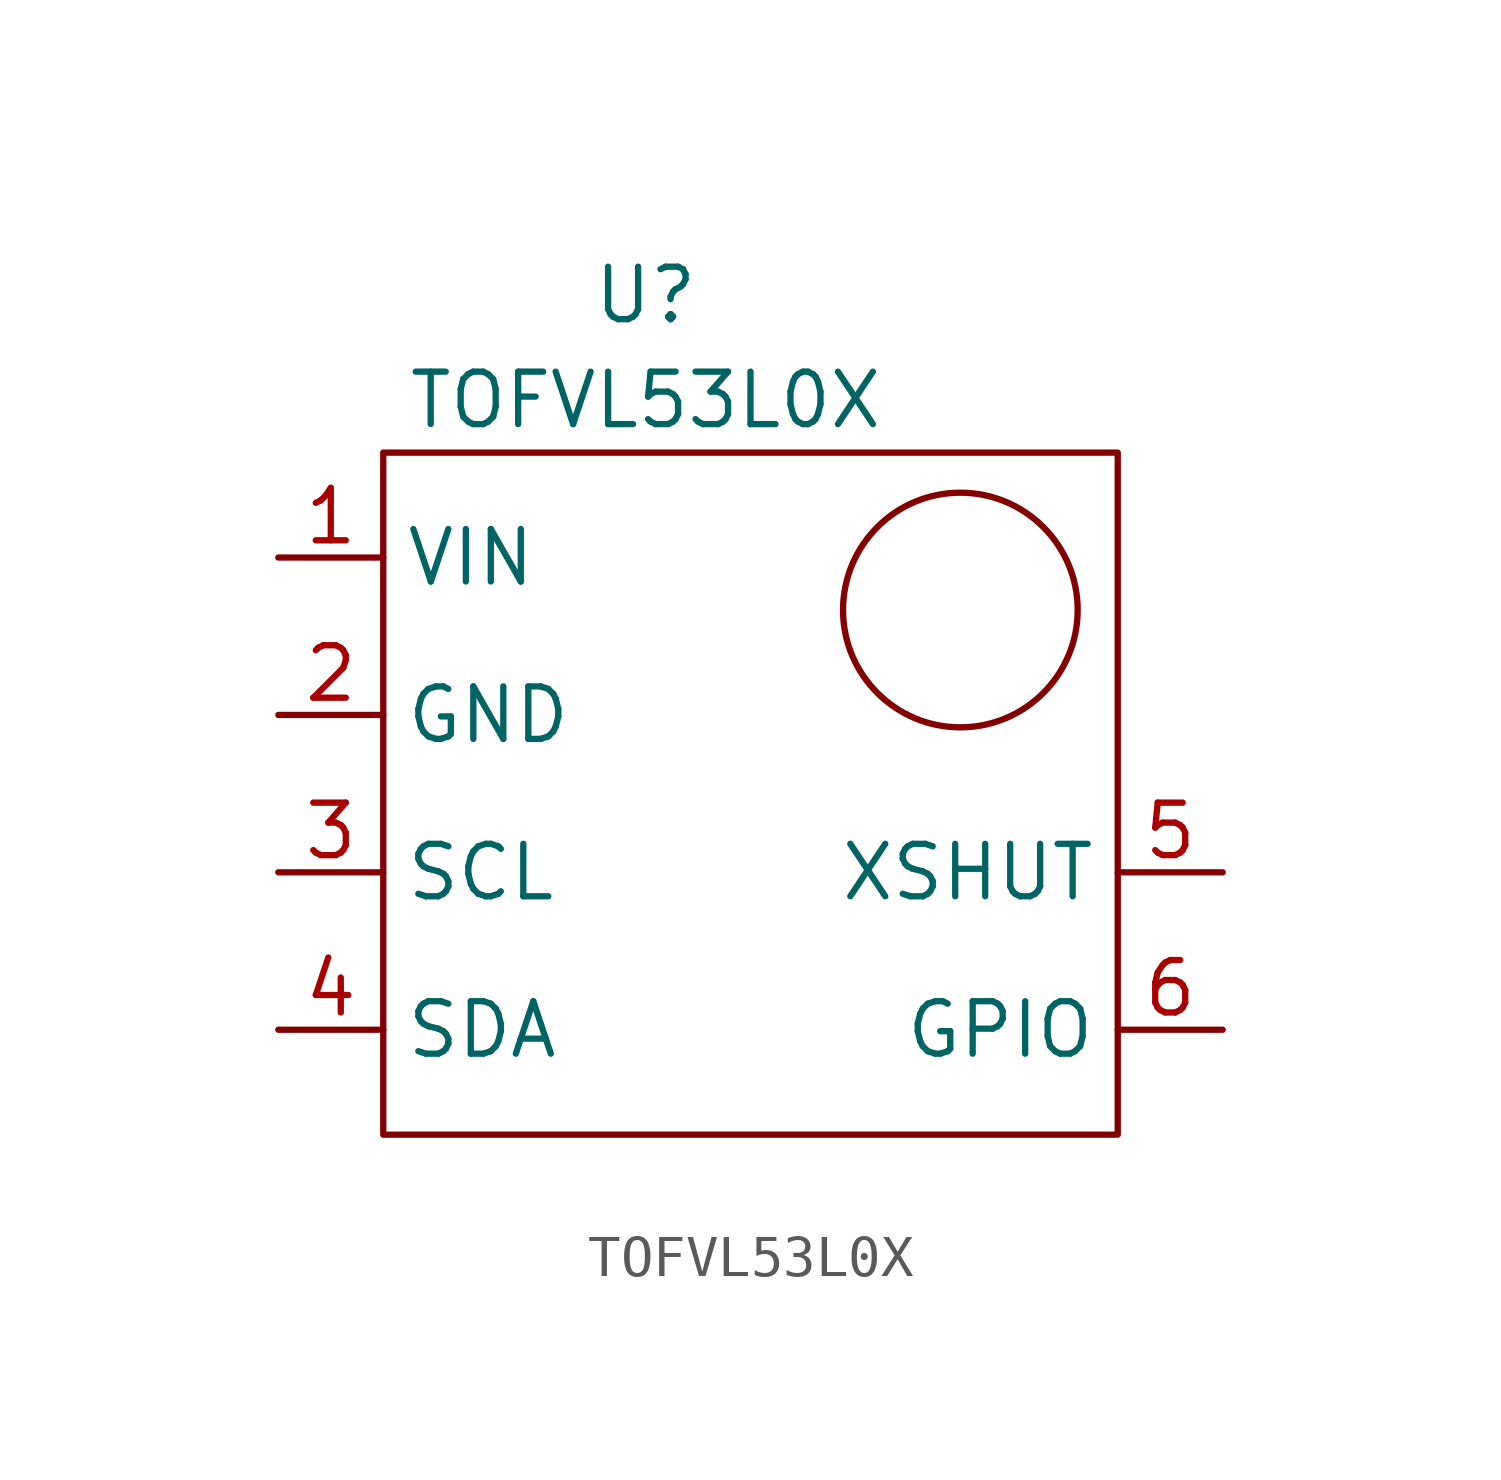
<source format=kicad_sym>
(kicad_symbol_lib
  (version 20211014)
  (generator kicad_symbol_editor)
  (symbol "TOFVL53L0X"
    (property "Reference" "U"
      (at 0 0 0)
      (effects (font (size 1.27 1.27))))
    (property "Value" "TOFVL53L0X"
      (at 0 -2.54 0)
      (effects (font (size 1.27 1.27))))
    (symbol "TOFVL53L0X_0_1"
      (rectangle (start -6.35 -3.81) (end 11.43 -20.32) (stroke (width 0) (type default) (color 0 0 0 0)) (fill (type none)))
      (circle (center 7.62 -7.62) (radius 2.84) (stroke (width 0) (type default) (color 0 0 0 0)) (fill (type none))))
    (symbol "TOFVL53L0X_1_1"
      (pin input line (at -8.89 -6.35 0) (length 2.54) (name "VIN" (effects (font (size 1.27 1.27)))) (number "1" (effects (font (size 1.27 1.27)))))
      (pin input line (at -8.89 -10.16 0) (length 2.54) (name "GND" (effects (font (size 1.27 1.27)))) (number "2" (effects (font (size 1.27 1.27)))))
      (pin input line (at -8.89 -13.97 0) (length 2.54) (name "SCL" (effects (font (size 1.27 1.27)))) (number "3" (effects (font (size 1.27 1.27)))))
      (pin input line (at -8.89 -17.78 0) (length 2.54) (name "SDA" (effects (font (size 1.27 1.27)))) (number "4" (effects (font (size 1.27 1.27)))))
      (pin input line (at 13.97 -13.97 180) (length 2.54) (name "XSHUT" (effects (font (size 1.27 1.27)))) (number "5" (effects (font (size 1.27 1.27)))))
      (pin output line (at 13.97 -17.78 180) (length 2.54) (name "GPIO" (effects (font (size 1.27 1.27)))) (number "6" (effects (font (size 1.27 1.27))))))))
</source>
